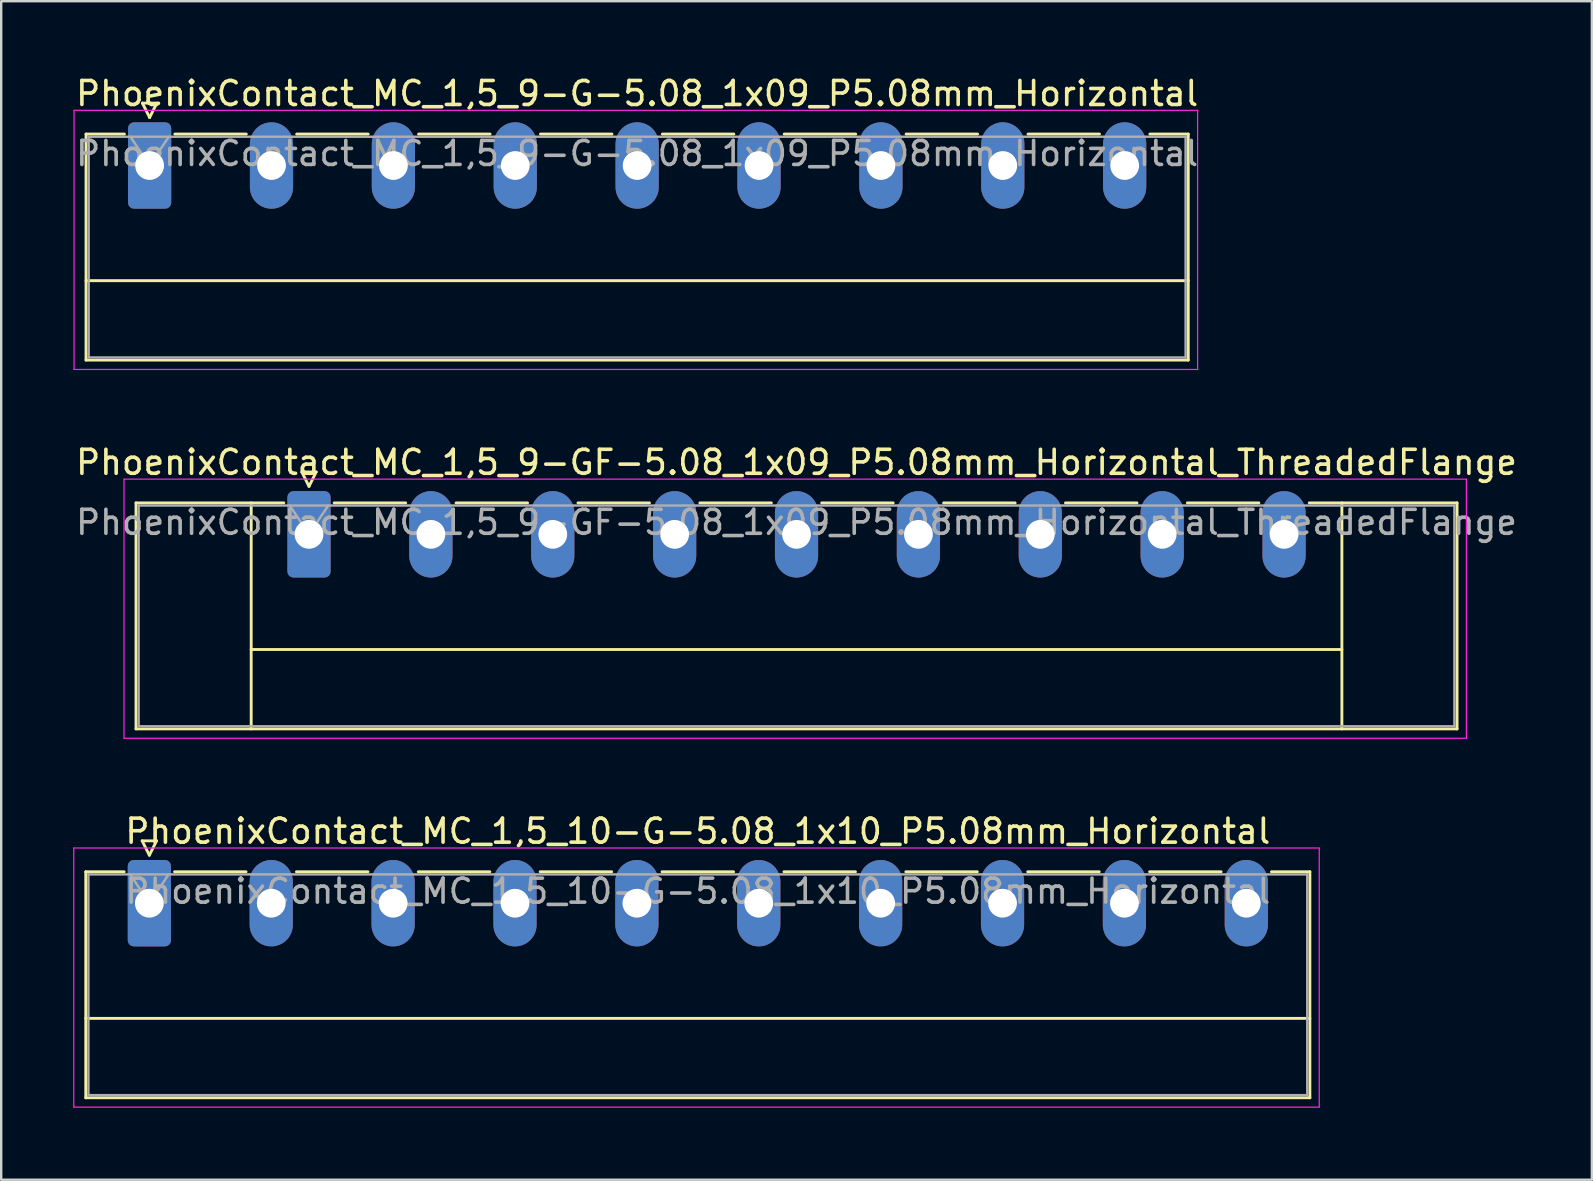
<source format=kicad_pcb>
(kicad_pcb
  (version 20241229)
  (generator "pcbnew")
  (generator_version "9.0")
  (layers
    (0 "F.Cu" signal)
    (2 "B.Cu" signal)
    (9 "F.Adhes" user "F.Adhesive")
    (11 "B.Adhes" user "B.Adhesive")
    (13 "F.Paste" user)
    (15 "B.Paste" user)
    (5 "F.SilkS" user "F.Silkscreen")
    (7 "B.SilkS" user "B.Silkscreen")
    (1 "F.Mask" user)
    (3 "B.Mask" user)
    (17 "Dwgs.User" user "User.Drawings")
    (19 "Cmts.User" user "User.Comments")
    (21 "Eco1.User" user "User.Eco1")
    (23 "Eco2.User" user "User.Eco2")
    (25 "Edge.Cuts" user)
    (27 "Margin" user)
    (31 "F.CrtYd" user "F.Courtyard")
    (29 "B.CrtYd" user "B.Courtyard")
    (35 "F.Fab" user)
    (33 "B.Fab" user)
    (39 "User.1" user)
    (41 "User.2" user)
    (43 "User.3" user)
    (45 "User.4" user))
  (footprint "PhoenixContact_MC_1,5_9-G-5.08_1x09_P5.08mm_Horizontal"
    (layer "F.Cu")
    (at 3.186 3.848)
    (property "Reference" "PhoenixContact_MC_1,5_9-G-5.08_1x09_P5.08mm_Horizontal" (at 20.32 -3 0) (layer "F.SilkS") (effects (font (size 1 1) (thickness 0.15))))
    (attr through_hole)
    (fp_line (start -2.65 -1.31) (end -2.65 8.11) (stroke (width 0.12) (type solid)) (layer "F.SilkS"))
    (fp_line (start -2.65 -1.31) (end -1.05 -1.31) (stroke (width 0.12) (type solid)) (layer "F.SilkS"))
    (fp_line (start -2.65 4.8) (end 43.29 4.8) (stroke (width 0.12) (type solid)) (layer "F.SilkS"))
    (fp_line (start -2.65 8.11) (end 43.29 8.11) (stroke (width 0.12) (type solid)) (layer "F.SilkS"))
    (fp_line (start -0.3 -2.6) (end 0.3 -2.6) (stroke (width 0.12) (type solid)) (layer "F.SilkS"))
    (fp_line (start 0 -2) (end -0.3 -2.6) (stroke (width 0.12) (type solid)) (layer "F.SilkS"))
    (fp_line (start 0.3 -2.6) (end 0 -2) (stroke (width 0.12) (type solid)) (layer "F.SilkS"))
    (fp_line (start 1.05 -1.31) (end 4.03 -1.31) (stroke (width 0.12) (type solid)) (layer "F.SilkS"))
    (fp_line (start 6.13 -1.31) (end 9.11 -1.31) (stroke (width 0.12) (type solid)) (layer "F.SilkS"))
    (fp_line (start 11.21 -1.31) (end 14.19 -1.31) (stroke (width 0.12) (type solid)) (layer "F.SilkS"))
    (fp_line (start 16.29 -1.31) (end 19.27 -1.31) (stroke (width 0.12) (type solid)) (layer "F.SilkS"))
    (fp_line (start 21.37 -1.31) (end 24.35 -1.31) (stroke (width 0.12) (type solid)) (layer "F.SilkS"))
    (fp_line (start 26.45 -1.31) (end 29.43 -1.31) (stroke (width 0.12) (type solid)) (layer "F.SilkS"))
    (fp_line (start 31.53 -1.31) (end 34.51 -1.31) (stroke (width 0.12) (type solid)) (layer "F.SilkS"))
    (fp_line (start 36.61 -1.31) (end 39.59 -1.31) (stroke (width 0.12) (type solid)) (layer "F.SilkS"))
    (fp_line (start 43.29 -1.31) (end 41.69 -1.31) (stroke (width 0.12) (type solid)) (layer "F.SilkS"))
    (fp_line (start 43.29 8.11) (end 43.29 -1.31) (stroke (width 0.12) (type solid)) (layer "F.SilkS"))
    (fp_line (start -3.15 -2.3) (end -3.15 8.5) (stroke (width 0.05) (type solid)) (layer "F.CrtYd"))
    (fp_line (start -3.15 8.5) (end 43.68 8.5) (stroke (width 0.05) (type solid)) (layer "F.CrtYd"))
    (fp_line (start 43.68 -2.3) (end -3.15 -2.3) (stroke (width 0.05) (type solid)) (layer "F.CrtYd"))
    (fp_line (start 43.68 8.5) (end 43.68 -2.3) (stroke (width 0.05) (type solid)) (layer "F.CrtYd"))
    (fp_line (start -2.54 -1.2) (end -2.54 8) (stroke (width 0.1) (type solid)) (layer "F.Fab"))
    (fp_line (start -2.54 8) (end 43.18 8) (stroke (width 0.1) (type solid)) (layer "F.Fab"))
    (fp_line (start 0 0) (end -0.8 -1.2) (stroke (width 0.1) (type solid)) (layer "F.Fab"))
    (fp_line (start 0.8 -1.2) (end 0 0) (stroke (width 0.1) (type solid)) (layer "F.Fab"))
    (fp_line (start 43.18 -1.2) (end -2.54 -1.2) (stroke (width 0.1) (type solid)) (layer "F.Fab"))
    (fp_line (start 43.18 8) (end 43.18 -1.2) (stroke (width 0.1) (type solid)) (layer "F.Fab"))
    (fp_text user "${REFERENCE}" (at 20.32 -0.5 0) (layer "F.Fab") (effects (font (size 1 1) (thickness 0.15))))
    (pad "1" thru_hole roundrect (at 0 0) (size 1.8 3.6) (drill 1.2) (layers "*.Cu" "*.Mask") (roundrect_rratio 0.139))
    (pad "2" thru_hole oval (at 5.08 0) (size 1.8 3.6) (drill 1.2) (layers "*.Cu" "*.Mask"))
    (pad "3" thru_hole oval (at 10.16 0) (size 1.8 3.6) (drill 1.2) (layers "*.Cu" "*.Mask"))
    (pad "4" thru_hole oval (at 15.24 0) (size 1.8 3.6) (drill 1.2) (layers "*.Cu" "*.Mask"))
    (pad "5" thru_hole oval (at 20.32 0) (size 1.8 3.6) (drill 1.2) (layers "*.Cu" "*.Mask"))
    (pad "6" thru_hole oval (at 25.4 0) (size 1.8 3.6) (drill 1.2) (layers "*.Cu" "*.Mask"))
    (pad "7" thru_hole oval (at 30.48 0) (size 1.8 3.6) (drill 1.2) (layers "*.Cu" "*.Mask"))
    (pad "8" thru_hole oval (at 35.56 0) (size 1.8 3.6) (drill 1.2) (layers "*.Cu" "*.Mask"))
    (pad "9" thru_hole oval (at 40.64 0) (size 1.8 3.6) (drill 1.2) (layers "*.Cu" "*.Mask")))
  (footprint "PhoenixContact_MC_1,5_9-GF-5.08_1x09_P5.08mm_Horizontal_ThreadedFlange"
    (layer "F.Cu")
    (at 9.829 19.221)
    (property "Reference" "PhoenixContact_MC_1,5_9-GF-5.08_1x09_P5.08mm_Horizontal_ThreadedFlange" (at 20.32 -3 0) (layer "F.SilkS") (effects (font (size 1 1) (thickness 0.15))))
    (attr through_hole)
    (fp_line (start -7.21 -1.31) (end -7.21 8.11) (stroke (width 0.12) (type solid)) (layer "F.SilkS"))
    (fp_line (start -7.21 -1.31) (end -1.05 -1.31) (stroke (width 0.12) (type solid)) (layer "F.SilkS"))
    (fp_line (start -7.21 8.11) (end 47.85 8.11) (stroke (width 0.12) (type solid)) (layer "F.SilkS"))
    (fp_line (start -2.41 -1.31) (end -2.41 8.11) (stroke (width 0.12) (type solid)) (layer "F.SilkS"))
    (fp_line (start -2.41 4.8) (end 43.05 4.8) (stroke (width 0.12) (type solid)) (layer "F.SilkS"))
    (fp_line (start -0.3 -2.6) (end 0.3 -2.6) (stroke (width 0.12) (type solid)) (layer "F.SilkS"))
    (fp_line (start 0 -2) (end -0.3 -2.6) (stroke (width 0.12) (type solid)) (layer "F.SilkS"))
    (fp_line (start 0.3 -2.6) (end 0 -2) (stroke (width 0.12) (type solid)) (layer "F.SilkS"))
    (fp_line (start 1.05 -1.31) (end 4.03 -1.31) (stroke (width 0.12) (type solid)) (layer "F.SilkS"))
    (fp_line (start 6.13 -1.31) (end 9.11 -1.31) (stroke (width 0.12) (type solid)) (layer "F.SilkS"))
    (fp_line (start 11.21 -1.31) (end 14.19 -1.31) (stroke (width 0.12) (type solid)) (layer "F.SilkS"))
    (fp_line (start 16.29 -1.31) (end 19.27 -1.31) (stroke (width 0.12) (type solid)) (layer "F.SilkS"))
    (fp_line (start 21.37 -1.31) (end 24.35 -1.31) (stroke (width 0.12) (type solid)) (layer "F.SilkS"))
    (fp_line (start 26.45 -1.31) (end 29.43 -1.31) (stroke (width 0.12) (type solid)) (layer "F.SilkS"))
    (fp_line (start 31.53 -1.31) (end 34.51 -1.31) (stroke (width 0.12) (type solid)) (layer "F.SilkS"))
    (fp_line (start 36.61 -1.31) (end 39.59 -1.31) (stroke (width 0.12) (type solid)) (layer "F.SilkS"))
    (fp_line (start 43.05 -1.31) (end 43.05 8.11) (stroke (width 0.12) (type solid)) (layer "F.SilkS"))
    (fp_line (start 47.85 -1.31) (end 41.69 -1.31) (stroke (width 0.12) (type solid)) (layer "F.SilkS"))
    (fp_line (start 47.85 8.11) (end 47.85 -1.31) (stroke (width 0.12) (type solid)) (layer "F.SilkS"))
    (fp_line (start -7.71 -2.3) (end -7.71 8.5) (stroke (width 0.05) (type solid)) (layer "F.CrtYd"))
    (fp_line (start -7.71 8.5) (end 48.24 8.5) (stroke (width 0.05) (type solid)) (layer "F.CrtYd"))
    (fp_line (start 48.24 -2.3) (end -7.71 -2.3) (stroke (width 0.05) (type solid)) (layer "F.CrtYd"))
    (fp_line (start 48.24 8.5) (end 48.24 -2.3) (stroke (width 0.05) (type solid)) (layer "F.CrtYd"))
    (fp_line (start -7.1 -1.2) (end -7.1 8) (stroke (width 0.1) (type solid)) (layer "F.Fab"))
    (fp_line (start -7.1 8) (end 47.74 8) (stroke (width 0.1) (type solid)) (layer "F.Fab"))
    (fp_line (start 0 0) (end -0.8 -1.2) (stroke (width 0.1) (type solid)) (layer "F.Fab"))
    (fp_line (start 0.8 -1.2) (end 0 0) (stroke (width 0.1) (type solid)) (layer "F.Fab"))
    (fp_line (start 47.74 -1.2) (end -7.1 -1.2) (stroke (width 0.1) (type solid)) (layer "F.Fab"))
    (fp_line (start 47.74 8) (end 47.74 -1.2) (stroke (width 0.1) (type solid)) (layer "F.Fab"))
    (fp_text user "${REFERENCE}" (at 20.32 -0.5 0) (layer "F.Fab") (effects (font (size 1 1) (thickness 0.15))))
    (pad "1" thru_hole roundrect (at 0 0) (size 1.8 3.6) (drill 1.2) (layers "*.Cu" "*.Mask") (roundrect_rratio 0.139))
    (pad "2" thru_hole oval (at 5.08 0) (size 1.8 3.6) (drill 1.2) (layers "*.Cu" "*.Mask"))
    (pad "3" thru_hole oval (at 10.16 0) (size 1.8 3.6) (drill 1.2) (layers "*.Cu" "*.Mask"))
    (pad "4" thru_hole oval (at 15.24 0) (size 1.8 3.6) (drill 1.2) (layers "*.Cu" "*.Mask"))
    (pad "5" thru_hole oval (at 20.32 0) (size 1.8 3.6) (drill 1.2) (layers "*.Cu" "*.Mask"))
    (pad "6" thru_hole oval (at 25.4 0) (size 1.8 3.6) (drill 1.2) (layers "*.Cu" "*.Mask"))
    (pad "7" thru_hole oval (at 30.48 0) (size 1.8 3.6) (drill 1.2) (layers "*.Cu" "*.Mask"))
    (pad "8" thru_hole oval (at 35.56 0) (size 1.8 3.6) (drill 1.2) (layers "*.Cu" "*.Mask"))
    (pad "9" thru_hole oval (at 40.64 0) (size 1.8 3.6) (drill 1.2) (layers "*.Cu" "*.Mask")))
  (footprint "PhoenixContact_MC_1,5_10-G-5.08_1x10_P5.08mm_Horizontal"
    (layer "F.Cu")
    (at 3.175 34.595)
    (property "Reference" "PhoenixContact_MC_1,5_10-G-5.08_1x10_P5.08mm_Horizontal" (at 22.86 -3 0) (layer "F.SilkS") (effects (font (size 1 1) (thickness 0.15))))
    (attr through_hole)
    (fp_line (start -2.65 -1.31) (end -2.65 8.11) (stroke (width 0.12) (type solid)) (layer "F.SilkS"))
    (fp_line (start -2.65 -1.31) (end -1.05 -1.31) (stroke (width 0.12) (type solid)) (layer "F.SilkS"))
    (fp_line (start -2.65 4.8) (end 48.37 4.8) (stroke (width 0.12) (type solid)) (layer "F.SilkS"))
    (fp_line (start -2.65 8.11) (end 48.37 8.11) (stroke (width 0.12) (type solid)) (layer "F.SilkS"))
    (fp_line (start -0.3 -2.6) (end 0.3 -2.6) (stroke (width 0.12) (type solid)) (layer "F.SilkS"))
    (fp_line (start 0 -2) (end -0.3 -2.6) (stroke (width 0.12) (type solid)) (layer "F.SilkS"))
    (fp_line (start 0.3 -2.6) (end 0 -2) (stroke (width 0.12) (type solid)) (layer "F.SilkS"))
    (fp_line (start 1.05 -1.31) (end 4.03 -1.31) (stroke (width 0.12) (type solid)) (layer "F.SilkS"))
    (fp_line (start 6.13 -1.31) (end 9.11 -1.31) (stroke (width 0.12) (type solid)) (layer "F.SilkS"))
    (fp_line (start 11.21 -1.31) (end 14.19 -1.31) (stroke (width 0.12) (type solid)) (layer "F.SilkS"))
    (fp_line (start 16.29 -1.31) (end 19.27 -1.31) (stroke (width 0.12) (type solid)) (layer "F.SilkS"))
    (fp_line (start 21.37 -1.31) (end 24.35 -1.31) (stroke (width 0.12) (type solid)) (layer "F.SilkS"))
    (fp_line (start 26.45 -1.31) (end 29.43 -1.31) (stroke (width 0.12) (type solid)) (layer "F.SilkS"))
    (fp_line (start 31.53 -1.31) (end 34.51 -1.31) (stroke (width 0.12) (type solid)) (layer "F.SilkS"))
    (fp_line (start 36.61 -1.31) (end 39.59 -1.31) (stroke (width 0.12) (type solid)) (layer "F.SilkS"))
    (fp_line (start 41.69 -1.31) (end 44.67 -1.31) (stroke (width 0.12) (type solid)) (layer "F.SilkS"))
    (fp_line (start 48.37 -1.31) (end 46.77 -1.31) (stroke (width 0.12) (type solid)) (layer "F.SilkS"))
    (fp_line (start 48.37 8.11) (end 48.37 -1.31) (stroke (width 0.12) (type solid)) (layer "F.SilkS"))
    (fp_line (start -3.15 -2.3) (end -3.15 8.5) (stroke (width 0.05) (type solid)) (layer "F.CrtYd"))
    (fp_line (start -3.15 8.5) (end 48.76 8.5) (stroke (width 0.05) (type solid)) (layer "F.CrtYd"))
    (fp_line (start 48.76 -2.3) (end -3.15 -2.3) (stroke (width 0.05) (type solid)) (layer "F.CrtYd"))
    (fp_line (start 48.76 8.5) (end 48.76 -2.3) (stroke (width 0.05) (type solid)) (layer "F.CrtYd"))
    (fp_line (start -2.54 -1.2) (end -2.54 8) (stroke (width 0.1) (type solid)) (layer "F.Fab"))
    (fp_line (start -2.54 8) (end 48.26 8) (stroke (width 0.1) (type solid)) (layer "F.Fab"))
    (fp_line (start 0 0) (end -0.8 -1.2) (stroke (width 0.1) (type solid)) (layer "F.Fab"))
    (fp_line (start 0.8 -1.2) (end 0 0) (stroke (width 0.1) (type solid)) (layer "F.Fab"))
    (fp_line (start 48.26 -1.2) (end -2.54 -1.2) (stroke (width 0.1) (type solid)) (layer "F.Fab"))
    (fp_line (start 48.26 8) (end 48.26 -1.2) (stroke (width 0.1) (type solid)) (layer "F.Fab"))
    (fp_text user "${REFERENCE}" (at 22.86 -0.5 0) (layer "F.Fab") (effects (font (size 1 1) (thickness 0.15))))
    (pad "1" thru_hole roundrect (at 0 0) (size 1.8 3.6) (drill 1.2) (layers "*.Cu" "*.Mask") (roundrect_rratio 0.139))
    (pad "2" thru_hole oval (at 5.08 0) (size 1.8 3.6) (drill 1.2) (layers "*.Cu" "*.Mask"))
    (pad "3" thru_hole oval (at 10.16 0) (size 1.8 3.6) (drill 1.2) (layers "*.Cu" "*.Mask"))
    (pad "4" thru_hole oval (at 15.24 0) (size 1.8 3.6) (drill 1.2) (layers "*.Cu" "*.Mask"))
    (pad "5" thru_hole oval (at 20.32 0) (size 1.8 3.6) (drill 1.2) (layers "*.Cu" "*.Mask"))
    (pad "6" thru_hole oval (at 25.4 0) (size 1.8 3.6) (drill 1.2) (layers "*.Cu" "*.Mask"))
    (pad "7" thru_hole oval (at 30.48 0) (size 1.8 3.6) (drill 1.2) (layers "*.Cu" "*.Mask"))
    (pad "8" thru_hole oval (at 35.56 0) (size 1.8 3.6) (drill 1.2) (layers "*.Cu" "*.Mask"))
    (pad "9" thru_hole oval (at 40.64 0) (size 1.8 3.6) (drill 1.2) (layers "*.Cu" "*.Mask"))
    (pad "10" thru_hole oval (at 45.72 0) (size 1.8 3.6) (drill 1.2) (layers "*.Cu" "*.Mask")))
  (gr_rect
    (start -3 -3)
    (end 63.298 46.12)
    (stroke (width 0.1) (type default))
    (fill no)
    (layer "Edge.Cuts")))
</source>
